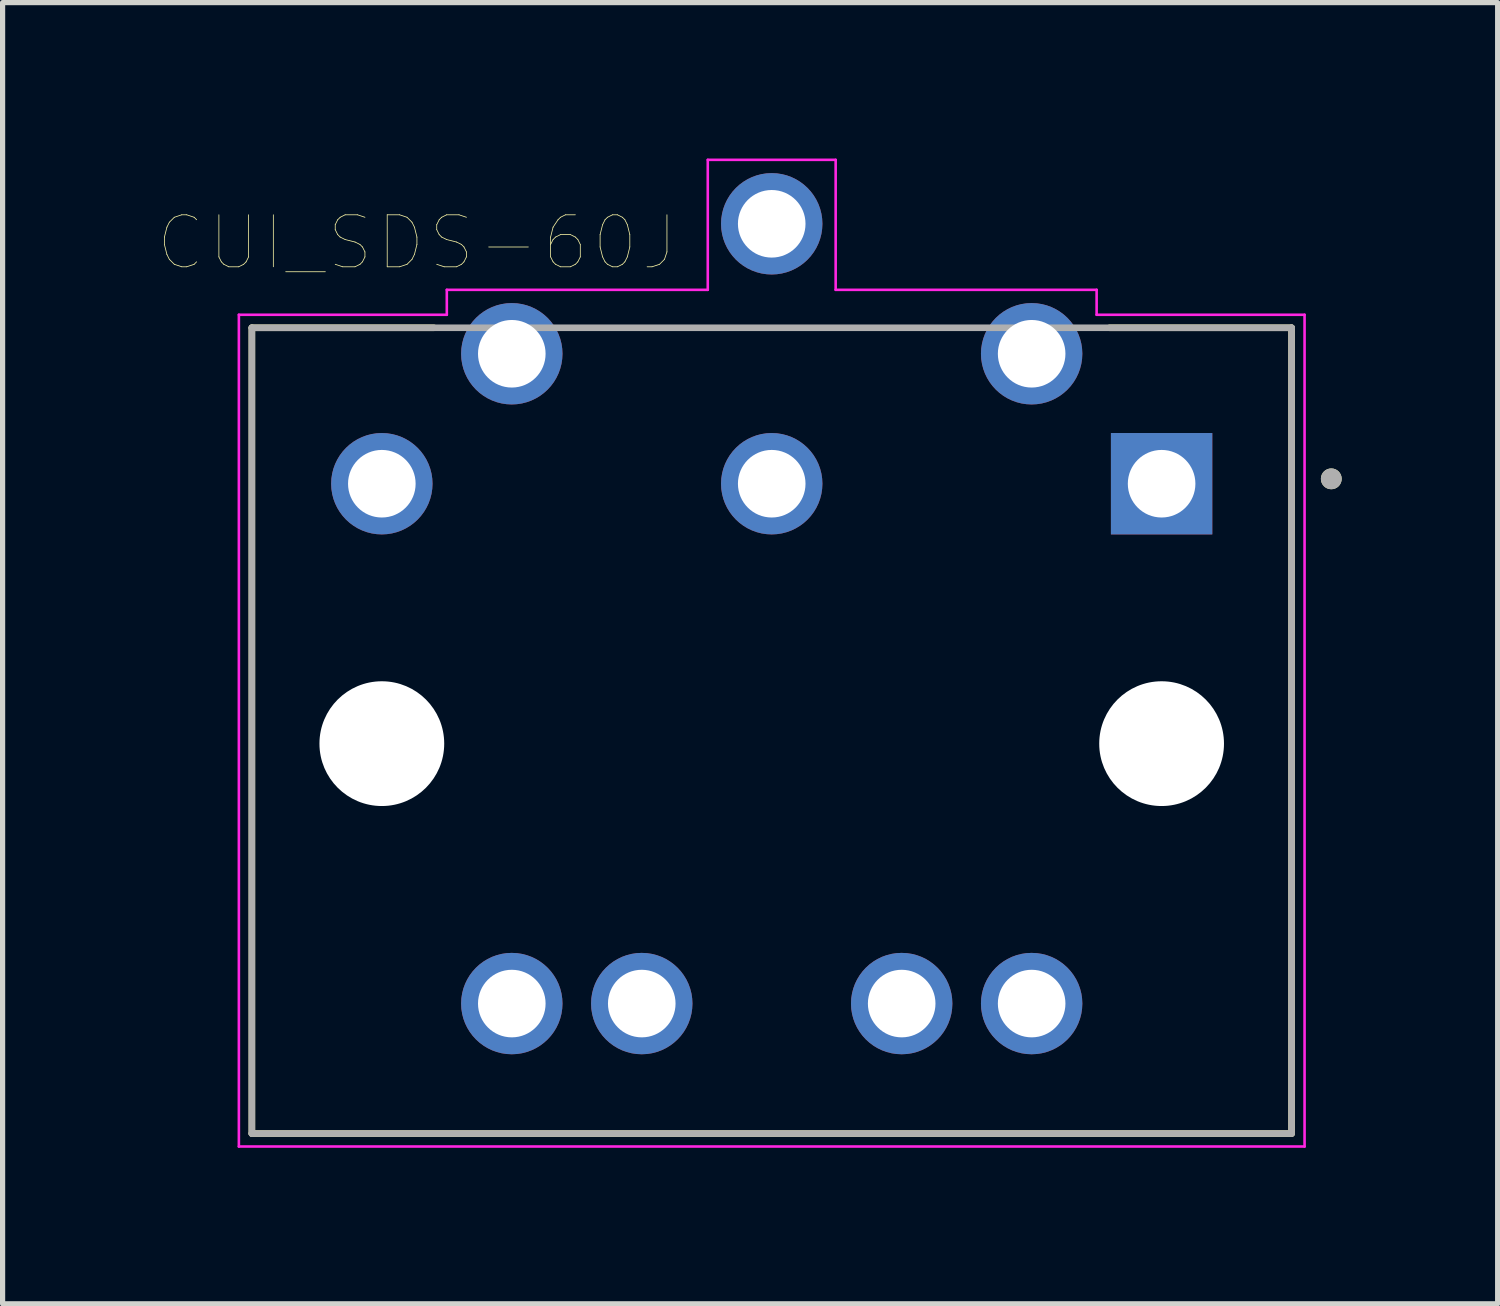
<source format=kicad_pcb>
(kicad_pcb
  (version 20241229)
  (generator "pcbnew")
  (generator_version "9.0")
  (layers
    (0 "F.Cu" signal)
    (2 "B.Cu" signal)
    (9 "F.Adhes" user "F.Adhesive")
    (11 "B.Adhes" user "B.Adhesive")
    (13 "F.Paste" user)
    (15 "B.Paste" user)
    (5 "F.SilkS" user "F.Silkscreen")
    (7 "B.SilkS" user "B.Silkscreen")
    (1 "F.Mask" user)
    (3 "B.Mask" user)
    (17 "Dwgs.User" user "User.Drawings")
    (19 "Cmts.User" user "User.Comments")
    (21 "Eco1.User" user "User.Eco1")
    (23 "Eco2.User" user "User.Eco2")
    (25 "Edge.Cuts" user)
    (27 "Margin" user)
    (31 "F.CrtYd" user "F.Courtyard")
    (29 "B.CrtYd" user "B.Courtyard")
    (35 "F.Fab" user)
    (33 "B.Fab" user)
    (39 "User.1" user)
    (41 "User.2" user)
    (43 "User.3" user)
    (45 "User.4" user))
  (footprint "CUI_SDS-60J"
    (layer "F.Cu")
    (at 11.795 11.255)
    (property "Reference" "CUI_SDS-60J" (at -6.825 -9.635 0) (layer "F.SilkS") (effects (font (size 1 1) (thickness 0.015))))
    (attr through_hole)
    (fp_line (start -10 -8) (end -6.5 -8) (stroke (width 0.127) (type solid)) (layer "F.SilkS"))
    (fp_line (start -10 7.5) (end -10 -8) (stroke (width 0.127) (type solid)) (layer "F.SilkS"))
    (fp_line (start -10 7.5) (end 10 7.5) (stroke (width 0.127) (type solid)) (layer "F.SilkS"))
    (fp_line (start 6.5 -8) (end 10 -8) (stroke (width 0.127) (type solid)) (layer "F.SilkS"))
    (fp_line (start 10 -8) (end 10 7.5) (stroke (width 0.127) (type solid)) (layer "F.SilkS"))
    (fp_circle (center 10.764 -5.094) (end 10.864 -5.094) (stroke (width 0.2) (type solid)) (fill no) (layer "F.SilkS"))
    (fp_line (start -10.25 -8.25) (end -6.25 -8.25) (stroke (width 0.05) (type solid)) (layer "F.CrtYd"))
    (fp_line (start -10.25 7.75) (end -10.25 -8.25) (stroke (width 0.05) (type solid)) (layer "F.CrtYd"))
    (fp_line (start -6.25 -8.73) (end -1.23 -8.73) (stroke (width 0.05) (type solid)) (layer "F.CrtYd"))
    (fp_line (start -6.25 -8.25) (end -6.25 -8.73) (stroke (width 0.05) (type solid)) (layer "F.CrtYd"))
    (fp_line (start -1.23 -11.23) (end 1.23 -11.23) (stroke (width 0.05) (type solid)) (layer "F.CrtYd"))
    (fp_line (start -1.23 -8.73) (end -1.23 -11.23) (stroke (width 0.05) (type solid)) (layer "F.CrtYd"))
    (fp_line (start 1.23 -11.23) (end 1.23 -8.73) (stroke (width 0.05) (type solid)) (layer "F.CrtYd"))
    (fp_line (start 1.23 -8.73) (end 6.25 -8.73) (stroke (width 0.05) (type solid)) (layer "F.CrtYd"))
    (fp_line (start 6.25 -8.73) (end 6.25 -8.25) (stroke (width 0.05) (type solid)) (layer "F.CrtYd"))
    (fp_line (start 6.25 -8.25) (end 10.25 -8.25) (stroke (width 0.05) (type solid)) (layer "F.CrtYd"))
    (fp_line (start 10.25 -8.25) (end 10.25 7.75) (stroke (width 0.05) (type solid)) (layer "F.CrtYd"))
    (fp_line (start 10.25 7.75) (end -10.25 7.75) (stroke (width 0.05) (type solid)) (layer "F.CrtYd"))
    (fp_line (start -10 -8) (end 10 -8) (stroke (width 0.127) (type solid)) (layer "F.Fab"))
    (fp_line (start -10 7.5) (end -10 -8) (stroke (width 0.127) (type solid)) (layer "F.Fab"))
    (fp_line (start 10 -8) (end 10 7.5) (stroke (width 0.127) (type solid)) (layer "F.Fab"))
    (fp_line (start 10 7.5) (end -10 7.5) (stroke (width 0.127) (type solid)) (layer "F.Fab"))
    (fp_circle (center 10.764 -5.094) (end 10.864 -5.094) (stroke (width 0.2) (type solid)) (fill no) (layer "F.Fab"))
    (pad "" np_thru_hole circle (at -7.5 0) (size 2.4 2.4) (drill 2.4) (layers "*.Cu" "*.Mask"))
    (pad "" np_thru_hole circle (at 7.5 0) (size 2.4 2.4) (drill 2.4) (layers "*.Cu" "*.Mask"))
    (pad "1" thru_hole rect (at 7.5 -5) (size 1.95 1.95) (drill 1.3) (layers "*.Cu" "*.Mask"))
    (pad "2" thru_hole circle (at 5 -7.5) (size 1.95 1.95) (drill 1.3) (layers "*.Cu" "*.Mask"))
    (pad "3" thru_hole circle (at 0 -5) (size 1.95 1.95) (drill 1.3) (layers "*.Cu" "*.Mask"))
    (pad "4" thru_hole circle (at -5 -7.5) (size 1.95 1.95) (drill 1.3) (layers "*.Cu" "*.Mask"))
    (pad "5" thru_hole circle (at -7.5 -5) (size 1.95 1.95) (drill 1.3) (layers "*.Cu" "*.Mask"))
    (pad "6" thru_hole circle (at 0 -10) (size 1.95 1.95) (drill 1.3) (layers "*.Cu" "*.Mask"))
    (pad "E1" thru_hole circle (at -5 5) (size 1.95 1.95) (drill 1.3) (layers "*.Cu" "*.Mask"))
    (pad "E1" thru_hole circle (at -2.5 5) (size 1.95 1.95) (drill 1.3) (layers "*.Cu" "*.Mask"))
    (pad "E2" thru_hole circle (at 2.5 5) (size 1.95 1.95) (drill 1.3) (layers "*.Cu" "*.Mask"))
    (pad "E2" thru_hole circle (at 5 5) (size 1.95 1.95) (drill 1.3) (layers "*.Cu" "*.Mask")))
  (gr_rect
    (start -3 -3)
    (end 25.759 22.03)
    (stroke (width 0.1) (type default))
    (fill no)
    (layer "Edge.Cuts")))
</source>
